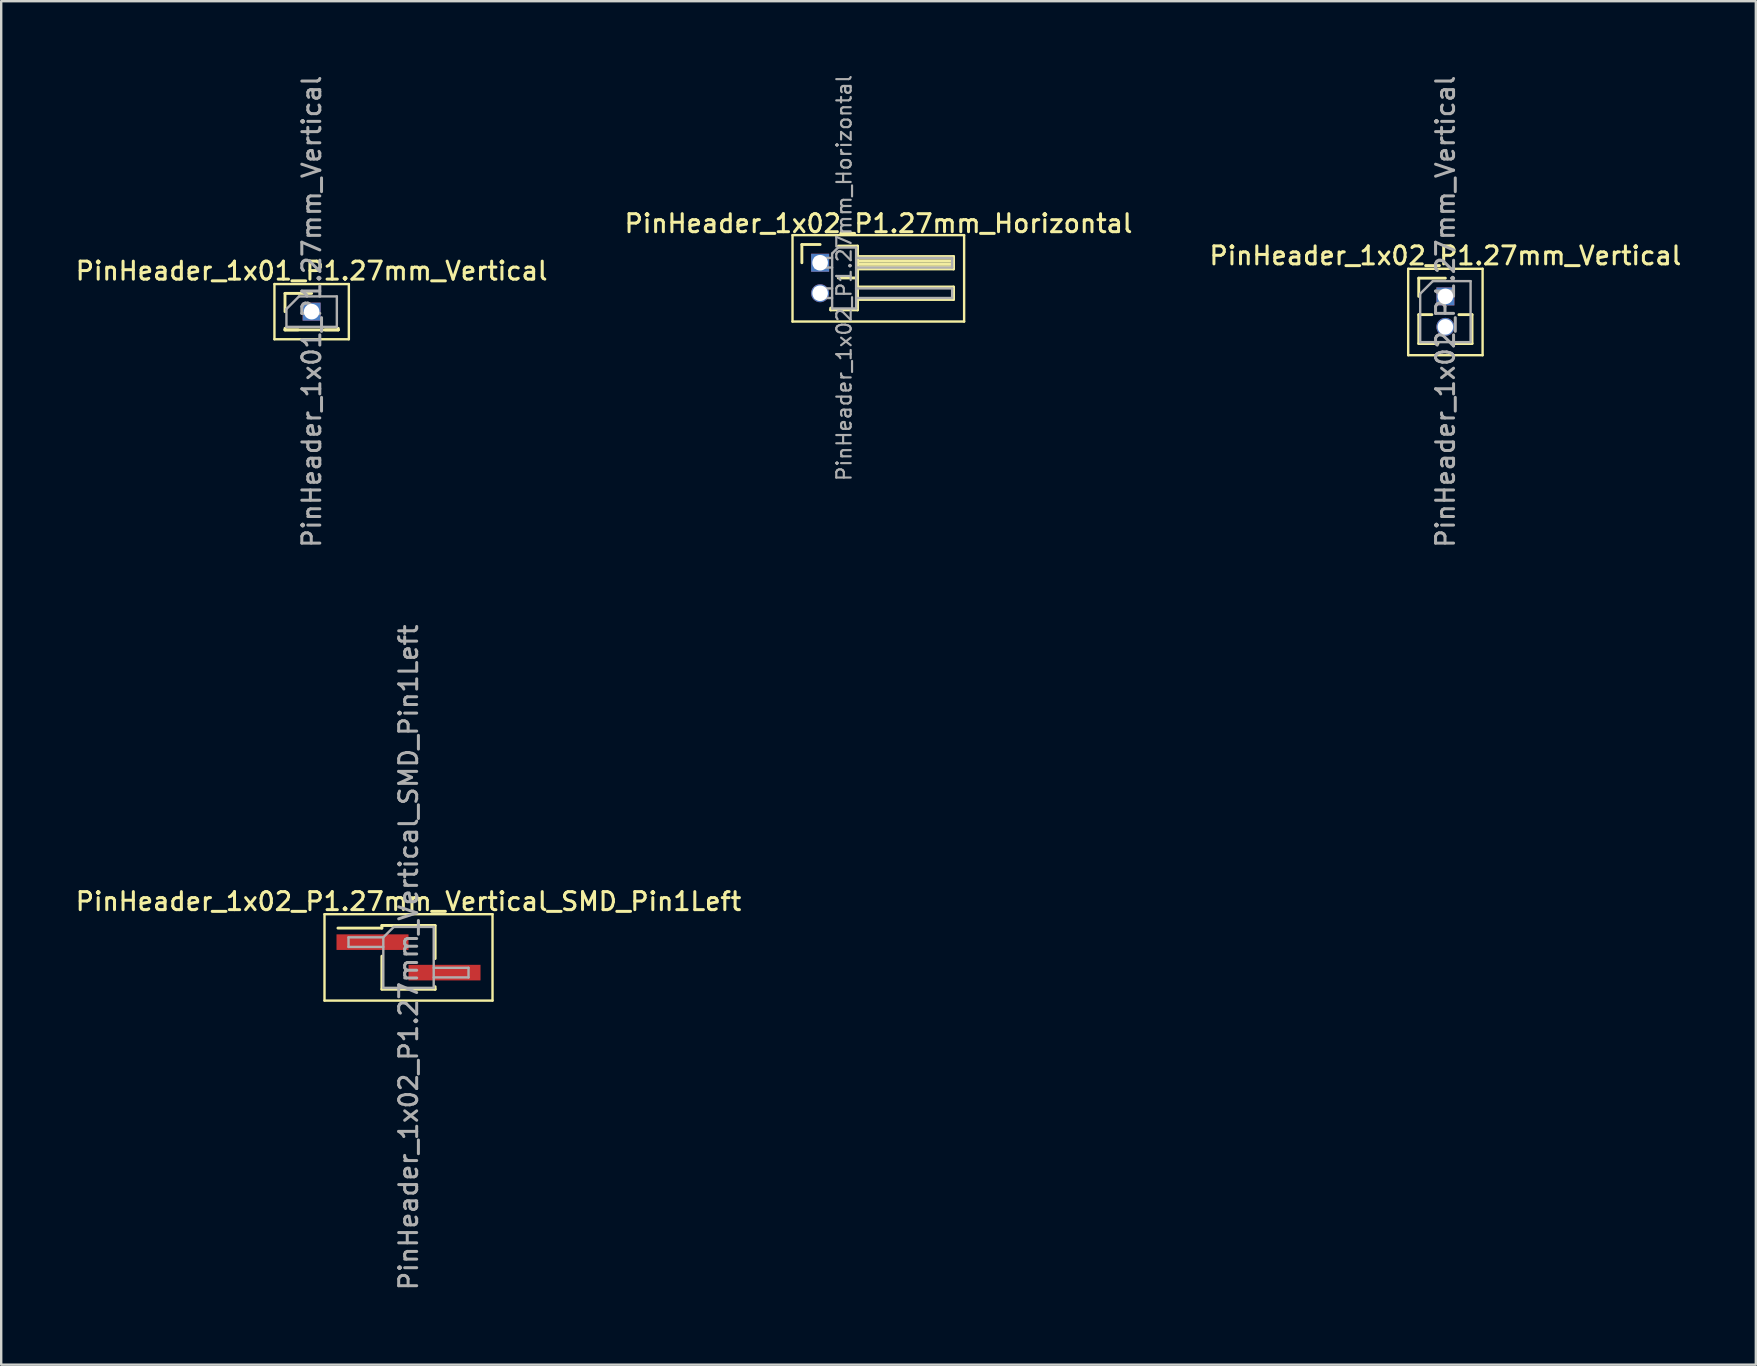
<source format=kicad_pcb>
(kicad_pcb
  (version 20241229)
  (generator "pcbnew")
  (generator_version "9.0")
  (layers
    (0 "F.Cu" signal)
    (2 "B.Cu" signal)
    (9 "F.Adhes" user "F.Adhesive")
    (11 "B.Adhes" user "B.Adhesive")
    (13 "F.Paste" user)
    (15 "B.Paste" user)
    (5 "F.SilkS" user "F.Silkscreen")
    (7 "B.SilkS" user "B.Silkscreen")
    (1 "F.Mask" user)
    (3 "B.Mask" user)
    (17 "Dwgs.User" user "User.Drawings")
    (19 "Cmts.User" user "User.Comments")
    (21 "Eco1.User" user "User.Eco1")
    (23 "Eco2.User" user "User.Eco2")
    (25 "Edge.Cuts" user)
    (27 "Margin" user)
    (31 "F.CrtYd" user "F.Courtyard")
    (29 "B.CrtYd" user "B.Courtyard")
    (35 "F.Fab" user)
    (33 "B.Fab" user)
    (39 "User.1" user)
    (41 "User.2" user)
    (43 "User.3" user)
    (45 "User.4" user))
  (footprint "PinHeader_1x02_P1.27mm_Vertical_SMD_Pin1Left"
    (layer "F.Cu")
    (at 13.97 36.838)
    (property "Reference" "PinHeader_1x02_P1.27mm_Vertical_SMD_Pin1Left" (at 0 -2.33 0) (layer "F.SilkS") (effects (font (size 0.75 0.75) (thickness 0.125))))
    (attr smd)
    (fp_line (start -3.5 -1.8) (end -3.5 1.8) (stroke (width 0.1) (type solid)) (layer "F.SilkS"))
    (fp_line (start -3.5 1.8) (end 3.5 1.8) (stroke (width 0.1) (type solid)) (layer "F.SilkS"))
    (fp_line (start -1.11 -1.33) (end -1.11 -1.22) (stroke (width 0.12) (type solid)) (layer "F.SilkS"))
    (fp_line (start -1.11 -1.33) (end 1.11 -1.33) (stroke (width 0.12) (type solid)) (layer "F.SilkS"))
    (fp_line (start -1.11 -1.22) (end -2.94 -1.22) (stroke (width 0.12) (type solid)) (layer "F.SilkS"))
    (fp_line (start -1.11 -0.05) (end -1.11 1.32) (stroke (width 0.12) (type solid)) (layer "F.SilkS"))
    (fp_line (start -1.11 1.33) (end 1.11 1.33) (stroke (width 0.12) (type solid)) (layer "F.SilkS"))
    (fp_line (start 1.11 -1.32) (end 1.11 0.05) (stroke (width 0.12) (type solid)) (layer "F.SilkS"))
    (fp_line (start 1.11 1.22) (end 1.11 1.33) (stroke (width 0.12) (type solid)) (layer "F.SilkS"))
    (fp_line (start 3.5 -1.8) (end -3.5 -1.8) (stroke (width 0.1) (type solid)) (layer "F.SilkS"))
    (fp_line (start 3.5 1.8) (end 3.5 -1.8) (stroke (width 0.1) (type solid)) (layer "F.SilkS"))
    (fp_line (start -2.5 -0.835) (end -2.5 -0.435) (stroke (width 0.1) (type solid)) (layer "F.Fab"))
    (fp_line (start -2.5 -0.435) (end -1.05 -0.435) (stroke (width 0.1) (type solid)) (layer "F.Fab"))
    (fp_line (start -1.05 -0.835) (end -2.5 -0.835) (stroke (width 0.1) (type solid)) (layer "F.Fab"))
    (fp_line (start -1.05 -0.835) (end -0.615 -1.27) (stroke (width 0.1) (type solid)) (layer "F.Fab"))
    (fp_line (start -1.05 1.27) (end -1.05 -0.835) (stroke (width 0.1) (type solid)) (layer "F.Fab"))
    (fp_line (start -0.615 -1.27) (end 1.05 -1.27) (stroke (width 0.1) (type solid)) (layer "F.Fab"))
    (fp_line (start 1.05 -1.27) (end 1.05 1.27) (stroke (width 0.1) (type solid)) (layer "F.Fab"))
    (fp_line (start 1.05 0.435) (end 2.5 0.435) (stroke (width 0.1) (type solid)) (layer "F.Fab"))
    (fp_line (start 1.05 1.27) (end -1.05 1.27) (stroke (width 0.1) (type solid)) (layer "F.Fab"))
    (fp_line (start 2.5 0.435) (end 2.5 0.835) (stroke (width 0.1) (type solid)) (layer "F.Fab"))
    (fp_line (start 2.5 0.835) (end 1.05 0.835) (stroke (width 0.1) (type solid)) (layer "F.Fab"))
    (fp_text user "${REFERENCE}" (at 0 0 90) (layer "F.Fab") (effects (font (size 0.75 0.75) (thickness 0.125))))
    (pad "1" smd rect (at -1.5 -0.635) (size 3 0.65) (layers "F.Cu" "F.Mask" "F.Paste"))
    (pad "2" smd rect (at 1.5 0.635) (size 3 0.65) (layers "F.Cu" "F.Mask" "F.Paste")))
  (footprint "PinHeader_1x01_P1.27mm_Vertical"
    (layer "F.Cu")
    (at 9.934 9.934)
    (property "Reference" "PinHeader_1x01_P1.27mm_Vertical" (at 0 -1.695 0) (layer "F.SilkS") (effects (font (size 0.75 0.75) (thickness 0.125))))
    (attr through_hole)
    (fp_line (start -1.55 -1.15) (end -1.55 1.15) (stroke (width 0.1) (type solid)) (layer "F.SilkS"))
    (fp_line (start -1.55 1.15) (end 1.55 1.15) (stroke (width 0.1) (type solid)) (layer "F.SilkS"))
    (fp_line (start -1.11 -0.76) (end 0 -0.76) (stroke (width 0.12) (type solid)) (layer "F.SilkS"))
    (fp_line (start -1.11 0) (end -1.11 -0.76) (stroke (width 0.12) (type solid)) (layer "F.SilkS"))
    (fp_line (start -1.11 0.76) (end -1.11 0.695) (stroke (width 0.12) (type solid)) (layer "F.SilkS"))
    (fp_line (start -1.11 0.76) (end -0.563 0.76) (stroke (width 0.12) (type solid)) (layer "F.SilkS"))
    (fp_line (start -1.11 0.76) (end 1.11 0.76) (stroke (width 0.12) (type solid)) (layer "F.SilkS"))
    (fp_line (start 0.563 0.76) (end 1.11 0.76) (stroke (width 0.12) (type solid)) (layer "F.SilkS"))
    (fp_line (start 1.11 0.76) (end 1.11 0.695) (stroke (width 0.12) (type solid)) (layer "F.SilkS"))
    (fp_line (start 1.55 -1.15) (end -1.55 -1.15) (stroke (width 0.1) (type solid)) (layer "F.SilkS"))
    (fp_line (start 1.55 1.15) (end 1.55 -1.15) (stroke (width 0.1) (type solid)) (layer "F.SilkS"))
    (fp_line (start -1.05 -0.11) (end -0.525 -0.635) (stroke (width 0.1) (type solid)) (layer "F.Fab"))
    (fp_line (start -1.05 0.635) (end -1.05 -0.11) (stroke (width 0.1) (type solid)) (layer "F.Fab"))
    (fp_line (start -0.525 -0.635) (end 1.05 -0.635) (stroke (width 0.1) (type solid)) (layer "F.Fab"))
    (fp_line (start 1.05 -0.635) (end 1.05 0.635) (stroke (width 0.1) (type solid)) (layer "F.Fab"))
    (fp_line (start 1.05 0.635) (end -1.05 0.635) (stroke (width 0.1) (type solid)) (layer "F.Fab"))
    (fp_text user "${REFERENCE}" (at 0 0 90) (layer "F.Fab") (effects (font (size 0.75 0.75) (thickness 0.125))))
    (pad "1" thru_hole rect (at 0 0) (size 0.75 0.75) (drill 0.65) (layers "*.Cu" "*.Mask")))
  (footprint "PinHeader_1x02_P1.27mm_Vertical"
    (layer "F.Cu")
    (at 57.17 9.299)
    (property "Reference" "PinHeader_1x02_P1.27mm_Vertical" (at 0 -1.695 0) (layer "F.SilkS") (effects (font (size 0.75 0.75) (thickness 0.125))))
    (attr through_hole)
    (fp_line (start -1.55 -1.15) (end -1.55 2.45) (stroke (width 0.1) (type solid)) (layer "F.SilkS"))
    (fp_line (start -1.55 2.45) (end 1.55 2.45) (stroke (width 0.1) (type solid)) (layer "F.SilkS"))
    (fp_line (start -1.11 -0.76) (end 0 -0.76) (stroke (width 0.12) (type solid)) (layer "F.SilkS"))
    (fp_line (start -1.11 0) (end -1.11 -0.76) (stroke (width 0.12) (type solid)) (layer "F.SilkS"))
    (fp_line (start -1.11 0.76) (end -1.11 1.965) (stroke (width 0.12) (type solid)) (layer "F.SilkS"))
    (fp_line (start -1.11 0.76) (end -0.563 0.76) (stroke (width 0.12) (type solid)) (layer "F.SilkS"))
    (fp_line (start -1.11 1.965) (end -0.308 1.965) (stroke (width 0.12) (type solid)) (layer "F.SilkS"))
    (fp_line (start 0.308 1.965) (end 1.11 1.965) (stroke (width 0.12) (type solid)) (layer "F.SilkS"))
    (fp_line (start 0.563 0.76) (end 1.11 0.76) (stroke (width 0.12) (type solid)) (layer "F.SilkS"))
    (fp_line (start 1.11 0.76) (end 1.11 1.965) (stroke (width 0.12) (type solid)) (layer "F.SilkS"))
    (fp_line (start 1.55 -1.15) (end -1.55 -1.15) (stroke (width 0.1) (type solid)) (layer "F.SilkS"))
    (fp_line (start 1.55 2.45) (end 1.55 -1.15) (stroke (width 0.1) (type solid)) (layer "F.SilkS"))
    (fp_line (start -1.05 -0.11) (end -0.525 -0.635) (stroke (width 0.1) (type solid)) (layer "F.Fab"))
    (fp_line (start -1.05 1.905) (end -1.05 -0.11) (stroke (width 0.1) (type solid)) (layer "F.Fab"))
    (fp_line (start -0.525 -0.635) (end 1.05 -0.635) (stroke (width 0.1) (type solid)) (layer "F.Fab"))
    (fp_line (start 1.05 -0.635) (end 1.05 1.905) (stroke (width 0.1) (type solid)) (layer "F.Fab"))
    (fp_line (start 1.05 1.905) (end -1.05 1.905) (stroke (width 0.1) (type solid)) (layer "F.Fab"))
    (fp_text user "${REFERENCE}" (at 0 0.635 90) (layer "F.Fab") (effects (font (size 0.75 0.75) (thickness 0.125))))
    (pad "1" thru_hole rect (at 0 0) (size 0.75 0.75) (drill 0.65) (layers "*.Cu" "*.Mask"))
    (pad "2" thru_hole oval (at 0 1.27) (size 0.75 0.75) (drill 0.65) (layers "*.Cu" "*.Mask")))
  (footprint "PinHeader_1x02_P1.27mm_Horizontal"
    (layer "F.Cu")
    (at 31.119 7.897)
    (property "Reference" "PinHeader_1x02_P1.27mm_Horizontal" (at 2.433 -1.635 0) (layer "F.SilkS") (effects (font (size 0.75 0.75) (thickness 0.125))))
    (attr through_hole)
    (fp_line (start -1.15 -1.15) (end -1.15 2.45) (stroke (width 0.1) (type solid)) (layer "F.SilkS"))
    (fp_line (start -1.15 2.45) (end 6 2.45) (stroke (width 0.1) (type solid)) (layer "F.SilkS"))
    (fp_line (start -0.76 -0.76) (end 0 -0.76) (stroke (width 0.12) (type solid)) (layer "F.SilkS"))
    (fp_line (start -0.76 0) (end -0.76 -0.76) (stroke (width 0.12) (type solid)) (layer "F.SilkS"))
    (fp_line (start 0.44 1.965) (end 0.44 1.89) (stroke (width 0.12) (type solid)) (layer "F.SilkS"))
    (fp_line (start 0.76 -0.695) (end 1.56 -0.695) (stroke (width 0.12) (type solid)) (layer "F.SilkS"))
    (fp_line (start 0.76 0.635) (end 1.56 0.635) (stroke (width 0.12) (type solid)) (layer "F.SilkS"))
    (fp_line (start 1.56 -0.695) (end 1.56 1.965) (stroke (width 0.12) (type solid)) (layer "F.SilkS"))
    (fp_line (start 1.56 -0.26) (end 5.56 -0.26) (stroke (width 0.12) (type solid)) (layer "F.SilkS"))
    (fp_line (start 1.56 -0.2) (end 5.56 -0.2) (stroke (width 0.12) (type solid)) (layer "F.SilkS"))
    (fp_line (start 1.56 -0.08) (end 5.56 -0.08) (stroke (width 0.12) (type solid)) (layer "F.SilkS"))
    (fp_line (start 1.56 0.04) (end 5.56 0.04) (stroke (width 0.12) (type solid)) (layer "F.SilkS"))
    (fp_line (start 1.56 0.16) (end 5.56 0.16) (stroke (width 0.12) (type solid)) (layer "F.SilkS"))
    (fp_line (start 1.56 1.01) (end 5.56 1.01) (stroke (width 0.12) (type solid)) (layer "F.SilkS"))
    (fp_line (start 1.56 1.965) (end 0.44 1.965) (stroke (width 0.12) (type solid)) (layer "F.SilkS"))
    (fp_line (start 5.56 -0.26) (end 5.56 0.26) (stroke (width 0.12) (type solid)) (layer "F.SilkS"))
    (fp_line (start 5.56 0.26) (end 1.56 0.26) (stroke (width 0.12) (type solid)) (layer "F.SilkS"))
    (fp_line (start 5.56 1.01) (end 5.56 1.53) (stroke (width 0.12) (type solid)) (layer "F.SilkS"))
    (fp_line (start 5.56 1.53) (end 1.56 1.53) (stroke (width 0.12) (type solid)) (layer "F.SilkS"))
    (fp_line (start 6 -1.15) (end -1.15 -1.15) (stroke (width 0.1) (type solid)) (layer "F.SilkS"))
    (fp_line (start 6 2.45) (end 6 -1.15) (stroke (width 0.1) (type solid)) (layer "F.SilkS"))
    (fp_line (start -0.2 -0.2) (end -0.2 0.2) (stroke (width 0.1) (type solid)) (layer "F.Fab"))
    (fp_line (start -0.2 -0.2) (end 0.5 -0.2) (stroke (width 0.1) (type solid)) (layer "F.Fab"))
    (fp_line (start -0.2 0.2) (end 0.5 0.2) (stroke (width 0.1) (type solid)) (layer "F.Fab"))
    (fp_line (start -0.2 1.07) (end -0.2 1.47) (stroke (width 0.1) (type solid)) (layer "F.Fab"))
    (fp_line (start -0.2 1.07) (end 0.5 1.07) (stroke (width 0.1) (type solid)) (layer "F.Fab"))
    (fp_line (start -0.2 1.47) (end 0.5 1.47) (stroke (width 0.1) (type solid)) (layer "F.Fab"))
    (fp_line (start 0.5 -0.385) (end 0.75 -0.635) (stroke (width 0.1) (type solid)) (layer "F.Fab"))
    (fp_line (start 0.5 1.905) (end 0.5 -0.385) (stroke (width 0.1) (type solid)) (layer "F.Fab"))
    (fp_line (start 0.75 -0.635) (end 1.5 -0.635) (stroke (width 0.1) (type solid)) (layer "F.Fab"))
    (fp_line (start 1.5 -0.635) (end 1.5 1.905) (stroke (width 0.1) (type solid)) (layer "F.Fab"))
    (fp_line (start 1.5 -0.2) (end 5.5 -0.2) (stroke (width 0.1) (type solid)) (layer "F.Fab"))
    (fp_line (start 1.5 0.2) (end 5.5 0.2) (stroke (width 0.1) (type solid)) (layer "F.Fab"))
    (fp_line (start 1.5 1.07) (end 5.5 1.07) (stroke (width 0.1) (type solid)) (layer "F.Fab"))
    (fp_line (start 1.5 1.47) (end 5.5 1.47) (stroke (width 0.1) (type solid)) (layer "F.Fab"))
    (fp_line (start 1.5 1.905) (end 0.5 1.905) (stroke (width 0.1) (type solid)) (layer "F.Fab"))
    (fp_line (start 5.5 -0.2) (end 5.5 0.2) (stroke (width 0.1) (type solid)) (layer "F.Fab"))
    (fp_line (start 5.5 1.07) (end 5.5 1.47) (stroke (width 0.1) (type solid)) (layer "F.Fab"))
    (fp_text user "${REFERENCE}" (at 1 0.635 90) (layer "F.Fab") (effects (font (size 0.6 0.6) (thickness 0.09))))
    (pad "1" thru_hole rect (at 0 0) (size 0.75 0.75) (drill 0.65) (layers "*.Cu" "*.Mask"))
    (pad "2" thru_hole oval (at 0 1.27) (size 0.75 0.75) (drill 0.65) (layers "*.Cu" "*.Mask")))
  (gr_rect
    (start -3 -3)
    (end 70.104 53.807)
    (stroke (width 0.1) (type default))
    (fill no)
    (layer "Edge.Cuts")))
</source>
